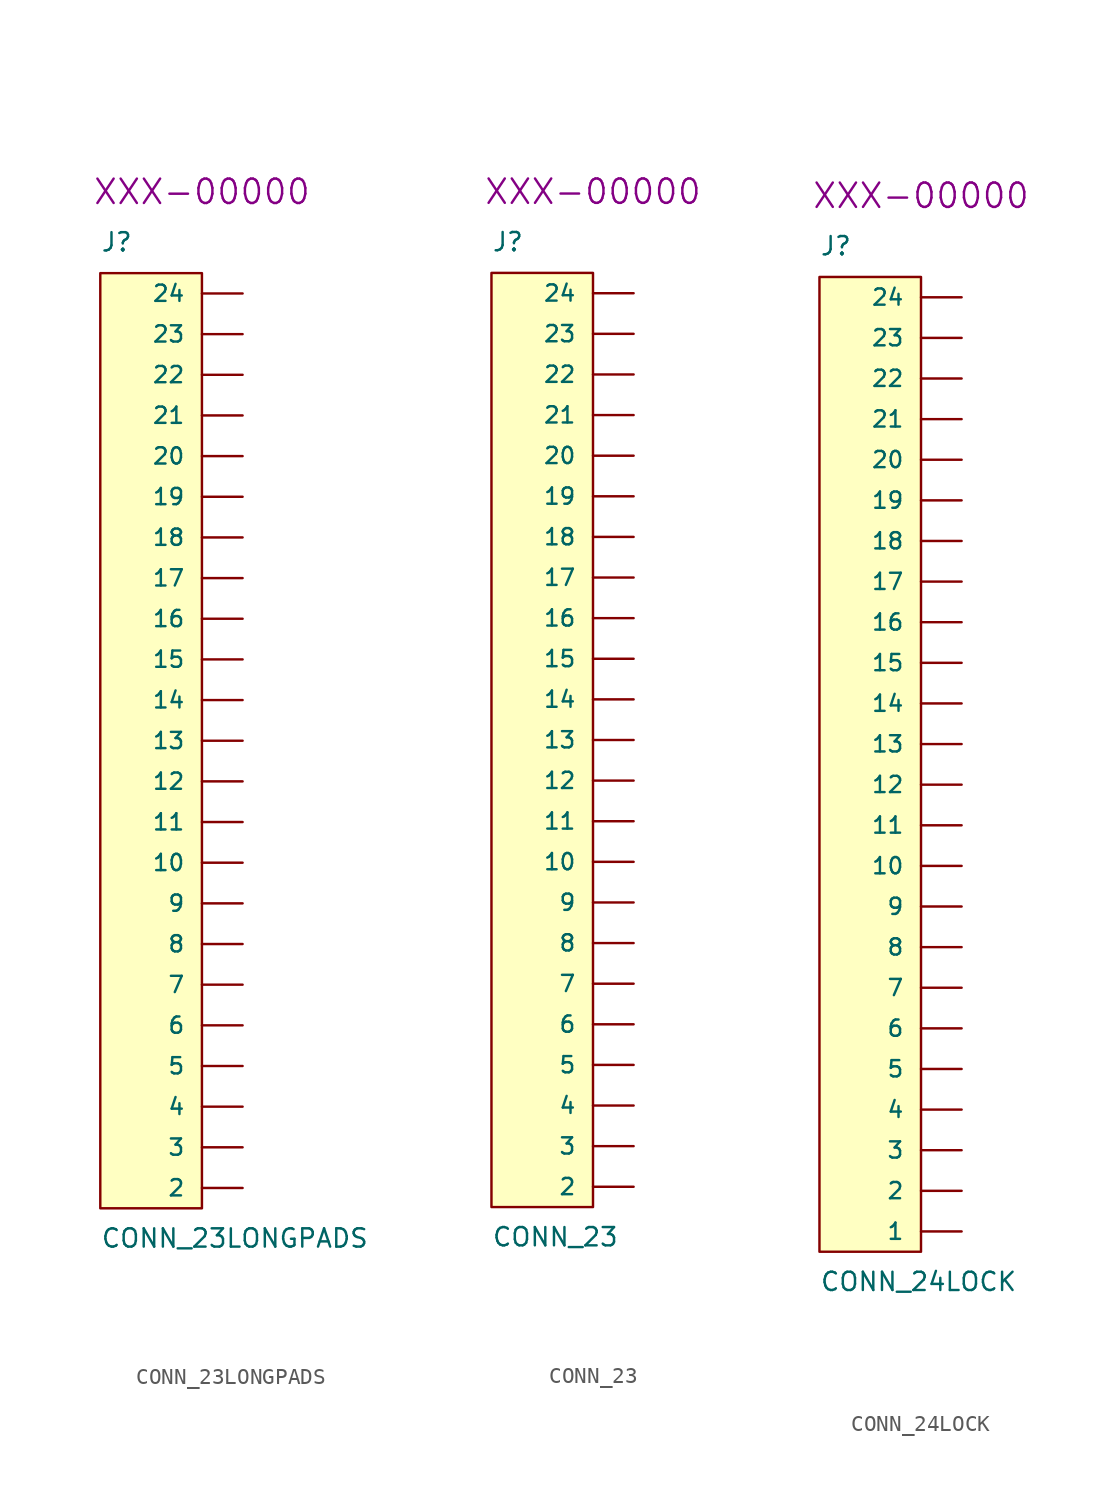
<source format=kicad_sym>
(kicad_symbol_lib
  (version 20220914)
  (generator kicad_symbol_editor)
  (symbol "CONN_23LONGPADS"
    (pin_numbers hide)
    (pin_names
      (offset 1.016))
    (property "Reference" "J"
      (at -6.35 58.42 0)
      (effects (font (size 1.143 1.143)) (justify left bottom)))
    (property "Value" "CONN_23LONGPADS"
      (at -6.35 -3.81 0)
      (effects (font (size 1.143 1.143)) (justify left bottom)))
    (property "Field4" "XXX-00000"
      (at 0 62.23 0)
      (effects (font (size 1.524 1.524))))
    (property "ki_locked" ""
      (at 0 0 0)
      (effects (font (size 1.27 1.27))))
    (symbol "CONN_23LONGPADS_0_1"
      (rectangle (start 0 -1.27) (end -6.35 57.15) (stroke (width 0) (type solid)) (fill (type background))))
    (symbol "CONN_23LONGPADS_1_1"
      (pin passive line (at 2.54 20.32 180) (length 2.54) (name "10" (effects (font (size 1.016 1.016)))) (number "10" (effects (font (size 1.016 1.016)))))
      (pin passive line (at 2.54 22.86 180) (length 2.54) (name "11" (effects (font (size 1.016 1.016)))) (number "11" (effects (font (size 1.016 1.016)))))
      (pin passive line (at 2.54 25.4 180) (length 2.54) (name "12" (effects (font (size 1.016 1.016)))) (number "12" (effects (font (size 1.016 1.016)))))
      (pin passive line (at 2.54 27.94 180) (length 2.54) (name "13" (effects (font (size 1.016 1.016)))) (number "13" (effects (font (size 1.016 1.016)))))
      (pin passive line (at 2.54 30.48 180) (length 2.54) (name "14" (effects (font (size 1.016 1.016)))) (number "14" (effects (font (size 1.016 1.016)))))
      (pin passive line (at 2.54 33.02 180) (length 2.54) (name "15" (effects (font (size 1.016 1.016)))) (number "15" (effects (font (size 1.016 1.016)))))
      (pin passive line (at 2.54 35.56 180) (length 2.54) (name "16" (effects (font (size 1.016 1.016)))) (number "16" (effects (font (size 1.016 1.016)))))
      (pin passive line (at 2.54 38.1 180) (length 2.54) (name "17" (effects (font (size 1.016 1.016)))) (number "17" (effects (font (size 1.016 1.016)))))
      (pin passive line (at 2.54 40.64 180) (length 2.54) (name "18" (effects (font (size 1.016 1.016)))) (number "18" (effects (font (size 1.016 1.016)))))
      (pin passive line (at 2.54 43.18 180) (length 2.54) (name "19" (effects (font (size 1.016 1.016)))) (number "19" (effects (font (size 1.016 1.016)))))
      (pin passive line (at 2.54 0 180) (length 2.54) (name "2" (effects (font (size 1.016 1.016)))) (number "2" (effects (font (size 1.016 1.016)))))
      (pin passive line (at 2.54 45.72 180) (length 2.54) (name "20" (effects (font (size 1.016 1.016)))) (number "20" (effects (font (size 1.016 1.016)))))
      (pin passive line (at 2.54 48.26 180) (length 2.54) (name "21" (effects (font (size 1.016 1.016)))) (number "21" (effects (font (size 1.016 1.016)))))
      (pin passive line (at 2.54 50.8 180) (length 2.54) (name "22" (effects (font (size 1.016 1.016)))) (number "22" (effects (font (size 1.016 1.016)))))
      (pin passive line (at 2.54 53.34 180) (length 2.54) (name "23" (effects (font (size 1.016 1.016)))) (number "23" (effects (font (size 1.016 1.016)))))
      (pin passive line (at 2.54 55.88 180) (length 2.54) (name "24" (effects (font (size 1.016 1.016)))) (number "24" (effects (font (size 1.016 1.016)))))
      (pin passive line (at 2.54 2.54 180) (length 2.54) (name "3" (effects (font (size 1.016 1.016)))) (number "3" (effects (font (size 1.016 1.016)))))
      (pin passive line (at 2.54 5.08 180) (length 2.54) (name "4" (effects (font (size 1.016 1.016)))) (number "4" (effects (font (size 1.016 1.016)))))
      (pin passive line (at 2.54 7.62 180) (length 2.54) (name "5" (effects (font (size 1.016 1.016)))) (number "5" (effects (font (size 1.016 1.016)))))
      (pin passive line (at 2.54 10.16 180) (length 2.54) (name "6" (effects (font (size 1.016 1.016)))) (number "6" (effects (font (size 1.016 1.016)))))
      (pin passive line (at 2.54 12.7 180) (length 2.54) (name "7" (effects (font (size 1.016 1.016)))) (number "7" (effects (font (size 1.016 1.016)))))
      (pin passive line (at 2.54 15.24 180) (length 2.54) (name "8" (effects (font (size 1.016 1.016)))) (number "8" (effects (font (size 1.016 1.016)))))
      (pin passive line (at 2.54 17.78 180) (length 2.54) (name "9" (effects (font (size 1.016 1.016)))) (number "9" (effects (font (size 1.016 1.016)))))))
  (symbol "CONN_23"
    (pin_numbers hide)
    (pin_names
      (offset 1.016))
    (property "Reference" "J"
      (at -6.35 58.42 0)
      (effects (font (size 1.143 1.143)) (justify left bottom)))
    (property "Value" "CONN_23"
      (at -6.35 -3.81 0)
      (effects (font (size 1.143 1.143)) (justify left bottom)))
    (property "Field4" "XXX-00000"
      (at 0 62.23 0)
      (effects (font (size 1.524 1.524))))
    (property "ki_locked" ""
      (at 0 0 0)
      (effects (font (size 1.27 1.27))))
    (symbol "CONN_23_0_1"
      (rectangle (start 0 -1.27) (end -6.35 57.15) (stroke (width 0) (type solid)) (fill (type background))))
    (symbol "CONN_23_1_1"
      (pin passive line (at 2.54 20.32 180) (length 2.54) (name "10" (effects (font (size 1.016 1.016)))) (number "10" (effects (font (size 1.016 1.016)))))
      (pin passive line (at 2.54 22.86 180) (length 2.54) (name "11" (effects (font (size 1.016 1.016)))) (number "11" (effects (font (size 1.016 1.016)))))
      (pin passive line (at 2.54 25.4 180) (length 2.54) (name "12" (effects (font (size 1.016 1.016)))) (number "12" (effects (font (size 1.016 1.016)))))
      (pin passive line (at 2.54 27.94 180) (length 2.54) (name "13" (effects (font (size 1.016 1.016)))) (number "13" (effects (font (size 1.016 1.016)))))
      (pin passive line (at 2.54 30.48 180) (length 2.54) (name "14" (effects (font (size 1.016 1.016)))) (number "14" (effects (font (size 1.016 1.016)))))
      (pin passive line (at 2.54 33.02 180) (length 2.54) (name "15" (effects (font (size 1.016 1.016)))) (number "15" (effects (font (size 1.016 1.016)))))
      (pin passive line (at 2.54 35.56 180) (length 2.54) (name "16" (effects (font (size 1.016 1.016)))) (number "16" (effects (font (size 1.016 1.016)))))
      (pin passive line (at 2.54 38.1 180) (length 2.54) (name "17" (effects (font (size 1.016 1.016)))) (number "17" (effects (font (size 1.016 1.016)))))
      (pin passive line (at 2.54 40.64 180) (length 2.54) (name "18" (effects (font (size 1.016 1.016)))) (number "18" (effects (font (size 1.016 1.016)))))
      (pin passive line (at 2.54 43.18 180) (length 2.54) (name "19" (effects (font (size 1.016 1.016)))) (number "19" (effects (font (size 1.016 1.016)))))
      (pin passive line (at 2.54 0 180) (length 2.54) (name "2" (effects (font (size 1.016 1.016)))) (number "2" (effects (font (size 1.016 1.016)))))
      (pin passive line (at 2.54 45.72 180) (length 2.54) (name "20" (effects (font (size 1.016 1.016)))) (number "20" (effects (font (size 1.016 1.016)))))
      (pin passive line (at 2.54 48.26 180) (length 2.54) (name "21" (effects (font (size 1.016 1.016)))) (number "21" (effects (font (size 1.016 1.016)))))
      (pin passive line (at 2.54 50.8 180) (length 2.54) (name "22" (effects (font (size 1.016 1.016)))) (number "22" (effects (font (size 1.016 1.016)))))
      (pin passive line (at 2.54 53.34 180) (length 2.54) (name "23" (effects (font (size 1.016 1.016)))) (number "23" (effects (font (size 1.016 1.016)))))
      (pin passive line (at 2.54 55.88 180) (length 2.54) (name "24" (effects (font (size 1.016 1.016)))) (number "24" (effects (font (size 1.016 1.016)))))
      (pin passive line (at 2.54 2.54 180) (length 2.54) (name "3" (effects (font (size 1.016 1.016)))) (number "3" (effects (font (size 1.016 1.016)))))
      (pin passive line (at 2.54 5.08 180) (length 2.54) (name "4" (effects (font (size 1.016 1.016)))) (number "4" (effects (font (size 1.016 1.016)))))
      (pin passive line (at 2.54 7.62 180) (length 2.54) (name "5" (effects (font (size 1.016 1.016)))) (number "5" (effects (font (size 1.016 1.016)))))
      (pin passive line (at 2.54 10.16 180) (length 2.54) (name "6" (effects (font (size 1.016 1.016)))) (number "6" (effects (font (size 1.016 1.016)))))
      (pin passive line (at 2.54 12.7 180) (length 2.54) (name "7" (effects (font (size 1.016 1.016)))) (number "7" (effects (font (size 1.016 1.016)))))
      (pin passive line (at 2.54 15.24 180) (length 2.54) (name "8" (effects (font (size 1.016 1.016)))) (number "8" (effects (font (size 1.016 1.016)))))
      (pin passive line (at 2.54 17.78 180) (length 2.54) (name "9" (effects (font (size 1.016 1.016)))) (number "9" (effects (font (size 1.016 1.016)))))))
  (symbol "CONN_24LOCK"
    (pin_numbers hide)
    (pin_names
      (offset 1.016))
    (property "Reference" "J"
      (at -6.35 60.96 0)
      (effects (font (size 1.143 1.143)) (justify left bottom)))
    (property "Value" "CONN_24LOCK"
      (at -6.35 -3.81 0)
      (effects (font (size 1.143 1.143)) (justify left bottom)))
    (property "Field4" "XXX-00000"
      (at 0 64.77 0)
      (effects (font (size 1.524 1.524))))
    (property "ki_locked" ""
      (at 0 0 0)
      (effects (font (size 1.27 1.27))))
    (symbol "CONN_24LOCK_0_1"
      (rectangle (start 0 -1.27) (end -6.35 59.69) (stroke (width 0) (type solid)) (fill (type background))))
    (symbol "CONN_24LOCK_1_1"
      (pin input line (at 2.54 0 180) (length 2.54) (name "1" (effects (font (size 1.016 1.016)))) (number "1" (effects (font (size 1.016 1.016)))))
      (pin passive line (at 2.54 22.86 180) (length 2.54) (name "10" (effects (font (size 1.016 1.016)))) (number "10" (effects (font (size 1.016 1.016)))))
      (pin passive line (at 2.54 25.4 180) (length 2.54) (name "11" (effects (font (size 1.016 1.016)))) (number "11" (effects (font (size 1.016 1.016)))))
      (pin passive line (at 2.54 27.94 180) (length 2.54) (name "12" (effects (font (size 1.016 1.016)))) (number "12" (effects (font (size 1.016 1.016)))))
      (pin passive line (at 2.54 30.48 180) (length 2.54) (name "13" (effects (font (size 1.016 1.016)))) (number "13" (effects (font (size 1.016 1.016)))))
      (pin passive line (at 2.54 33.02 180) (length 2.54) (name "14" (effects (font (size 1.016 1.016)))) (number "14" (effects (font (size 1.016 1.016)))))
      (pin passive line (at 2.54 35.56 180) (length 2.54) (name "15" (effects (font (size 1.016 1.016)))) (number "15" (effects (font (size 1.016 1.016)))))
      (pin passive line (at 2.54 38.1 180) (length 2.54) (name "16" (effects (font (size 1.016 1.016)))) (number "16" (effects (font (size 1.016 1.016)))))
      (pin passive line (at 2.54 40.64 180) (length 2.54) (name "17" (effects (font (size 1.016 1.016)))) (number "17" (effects (font (size 1.016 1.016)))))
      (pin passive line (at 2.54 43.18 180) (length 2.54) (name "18" (effects (font (size 1.016 1.016)))) (number "18" (effects (font (size 1.016 1.016)))))
      (pin passive line (at 2.54 45.72 180) (length 2.54) (name "19" (effects (font (size 1.016 1.016)))) (number "19" (effects (font (size 1.016 1.016)))))
      (pin passive line (at 2.54 2.54 180) (length 2.54) (name "2" (effects (font (size 1.016 1.016)))) (number "2" (effects (font (size 1.016 1.016)))))
      (pin passive line (at 2.54 48.26 180) (length 2.54) (name "20" (effects (font (size 1.016 1.016)))) (number "20" (effects (font (size 1.016 1.016)))))
      (pin passive line (at 2.54 50.8 180) (length 2.54) (name "21" (effects (font (size 1.016 1.016)))) (number "21" (effects (font (size 1.016 1.016)))))
      (pin passive line (at 2.54 53.34 180) (length 2.54) (name "22" (effects (font (size 1.016 1.016)))) (number "22" (effects (font (size 1.016 1.016)))))
      (pin passive line (at 2.54 55.88 180) (length 2.54) (name "23" (effects (font (size 1.016 1.016)))) (number "23" (effects (font (size 1.016 1.016)))))
      (pin passive line (at 2.54 58.42 180) (length 2.54) (name "24" (effects (font (size 1.016 1.016)))) (number "24" (effects (font (size 1.016 1.016)))))
      (pin passive line (at 2.54 5.08 180) (length 2.54) (name "3" (effects (font (size 1.016 1.016)))) (number "3" (effects (font (size 1.016 1.016)))))
      (pin passive line (at 2.54 7.62 180) (length 2.54) (name "4" (effects (font (size 1.016 1.016)))) (number "4" (effects (font (size 1.016 1.016)))))
      (pin passive line (at 2.54 10.16 180) (length 2.54) (name "5" (effects (font (size 1.016 1.016)))) (number "5" (effects (font (size 1.016 1.016)))))
      (pin passive line (at 2.54 12.7 180) (length 2.54) (name "6" (effects (font (size 1.016 1.016)))) (number "6" (effects (font (size 1.016 1.016)))))
      (pin passive line (at 2.54 15.24 180) (length 2.54) (name "7" (effects (font (size 1.016 1.016)))) (number "7" (effects (font (size 1.016 1.016)))))
      (pin passive line (at 2.54 17.78 180) (length 2.54) (name "8" (effects (font (size 1.016 1.016)))) (number "8" (effects (font (size 1.016 1.016)))))
      (pin passive line (at 2.54 20.32 180) (length 2.54) (name "9" (effects (font (size 1.016 1.016)))) (number "9" (effects (font (size 1.016 1.016))))))))
</source>
